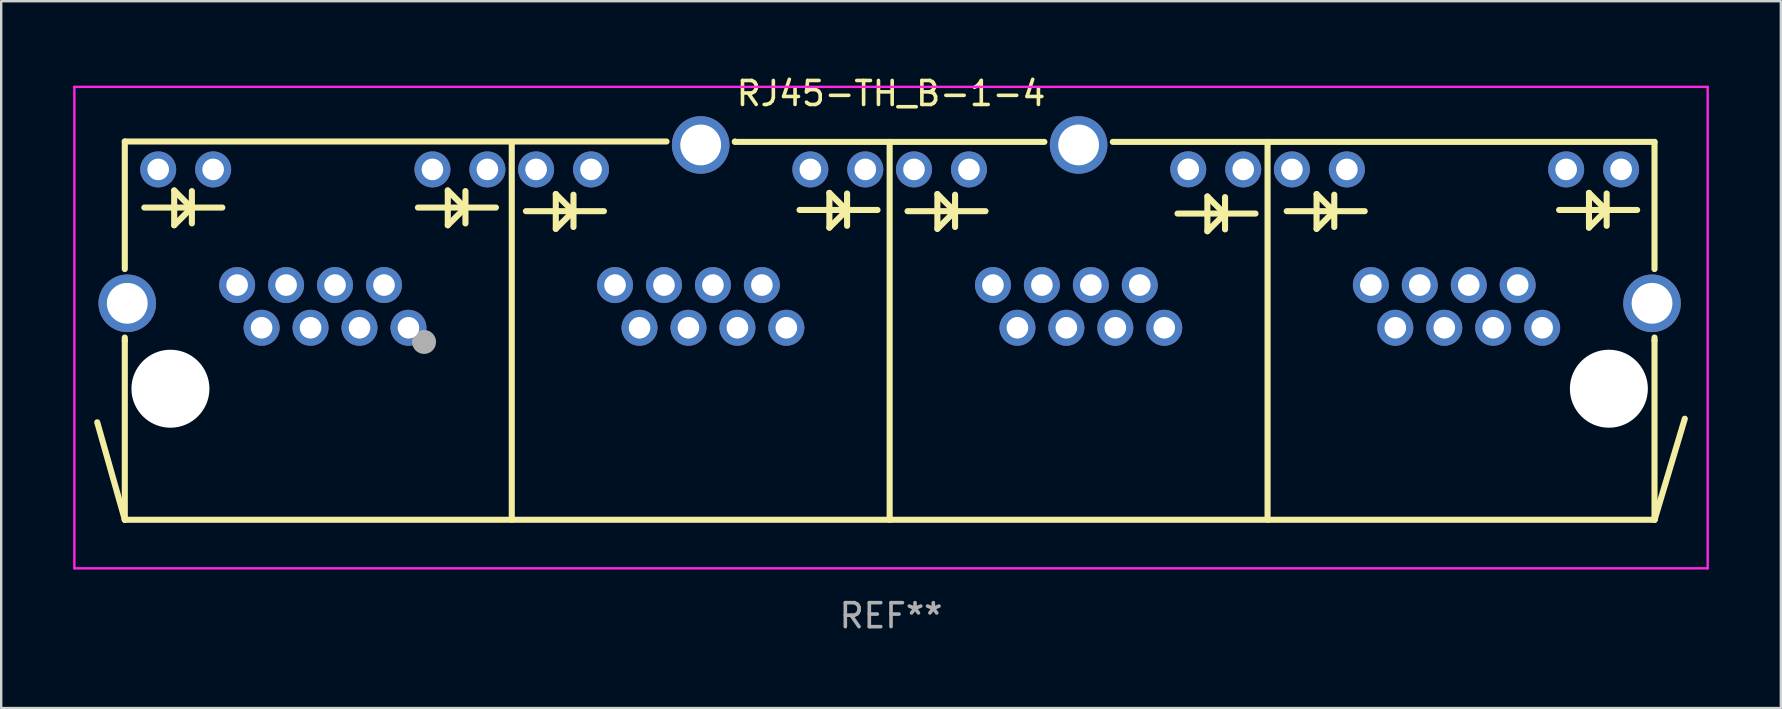
<source format=kicad_pcb>
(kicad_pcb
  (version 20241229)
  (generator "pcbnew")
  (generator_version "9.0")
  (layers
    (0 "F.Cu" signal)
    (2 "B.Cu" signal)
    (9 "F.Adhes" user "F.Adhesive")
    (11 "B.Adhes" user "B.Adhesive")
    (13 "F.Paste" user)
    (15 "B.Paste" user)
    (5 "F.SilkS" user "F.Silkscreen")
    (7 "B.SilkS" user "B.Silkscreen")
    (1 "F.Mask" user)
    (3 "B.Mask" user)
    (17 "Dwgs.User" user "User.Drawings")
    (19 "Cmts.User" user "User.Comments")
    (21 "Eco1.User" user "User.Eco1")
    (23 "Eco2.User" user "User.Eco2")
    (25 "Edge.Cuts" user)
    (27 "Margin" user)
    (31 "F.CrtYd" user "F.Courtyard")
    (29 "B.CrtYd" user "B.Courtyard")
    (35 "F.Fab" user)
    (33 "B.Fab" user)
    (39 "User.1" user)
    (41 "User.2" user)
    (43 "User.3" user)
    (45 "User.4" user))
  (footprint "RJ45-TH_B-1-4"
    (layer "F.Cu")
    (at 34.086 10.73)
    (property "Reference" "RJ45-TH_B-1-4" (at 0 -9.882 0) (layer "F.SilkS") (effects (font (size 1 1) (thickness 0.15))))
    (attr through_hole)
    (fp_line (start -31.935 -7.882) (end -9.357 -7.882) (stroke (width 0.254) (type solid)) (layer "F.SilkS"))
    (fp_line (start -31.935 -2.567) (end -31.935 -7.882) (stroke (width 0.254) (type solid)) (layer "F.SilkS"))
    (fp_line (start -31.935 0.418) (end -31.935 0.288) (stroke (width 0.254) (type solid)) (layer "F.SilkS"))
    (fp_line (start -31.935 7.871) (end -33.083 3.821) (stroke (width 0.254) (type solid)) (layer "F.SilkS"))
    (fp_line (start -31.935 7.882) (end -31.935 0.418) (stroke (width 0.254) (type solid)) (layer "F.SilkS"))
    (fp_line (start -31.935 7.882) (end -31.935 7.871) (stroke (width 0.254) (type solid)) (layer "F.SilkS"))
    (fp_line (start -31.121 -5.13) (end -27.869 -5.13) (stroke (width 0.254) (type solid)) (layer "F.SilkS"))
    (fp_line (start -29.876 -5.841) (end -29.876 -4.393) (stroke (width 0.254) (type solid)) (layer "F.SilkS"))
    (fp_line (start -29.876 -4.393) (end -29.19 -5.079) (stroke (width 0.254) (type solid)) (layer "F.SilkS"))
    (fp_line (start -29.19 -5.079) (end -29.165 -5.079) (stroke (width 0.254) (type solid)) (layer "F.SilkS"))
    (fp_line (start -29.165 -5.13) (end -29.876 -5.841) (stroke (width 0.254) (type solid)) (layer "F.SilkS"))
    (fp_line (start -29.139 -5.815) (end -29.139 -4.469) (stroke (width 0.254) (type solid)) (layer "F.SilkS"))
    (fp_line (start -19.718 -5.13) (end -16.467 -5.13) (stroke (width 0.254) (type solid)) (layer "F.SilkS"))
    (fp_line (start -18.473 -5.841) (end -18.473 -4.393) (stroke (width 0.254) (type solid)) (layer "F.SilkS"))
    (fp_line (start -18.473 -4.393) (end -17.787 -5.079) (stroke (width 0.254) (type solid)) (layer "F.SilkS"))
    (fp_line (start -17.787 -5.079) (end -17.762 -5.079) (stroke (width 0.254) (type solid)) (layer "F.SilkS"))
    (fp_line (start -17.762 -5.13) (end -18.473 -5.841) (stroke (width 0.254) (type solid)) (layer "F.SilkS"))
    (fp_line (start -17.737 -5.815) (end -17.737 -4.469) (stroke (width 0.254) (type solid)) (layer "F.SilkS"))
    (fp_line (start -15.807 -7.866) (end -15.807 7.882) (stroke (width 0.254) (type solid)) (layer "F.SilkS"))
    (fp_line (start -15.217 -4.979) (end -11.965 -4.979) (stroke (width 0.254) (type solid)) (layer "F.SilkS"))
    (fp_line (start -13.972 -5.691) (end -13.972 -4.243) (stroke (width 0.254) (type solid)) (layer "F.SilkS"))
    (fp_line (start -13.972 -4.243) (end -13.286 -4.929) (stroke (width 0.254) (type solid)) (layer "F.SilkS"))
    (fp_line (start -13.286 -4.929) (end -13.261 -4.929) (stroke (width 0.254) (type solid)) (layer "F.SilkS"))
    (fp_line (start -13.261 -4.979) (end -13.972 -5.691) (stroke (width 0.254) (type solid)) (layer "F.SilkS"))
    (fp_line (start -13.235 -5.665) (end -13.235 -4.319) (stroke (width 0.254) (type solid)) (layer "F.SilkS"))
    (fp_line (start -6.509 -7.882) (end -6.507 -7.882) (stroke (width 0.254) (type solid)) (layer "F.SilkS"))
    (fp_line (start -6.507 -7.866) (end 6.392 -7.866) (stroke (width 0.254) (type solid)) (layer "F.SilkS"))
    (fp_line (start -3.814 -5.029) (end -0.562 -5.029) (stroke (width 0.254) (type solid)) (layer "F.SilkS"))
    (fp_line (start -2.569 -5.741) (end -2.569 -4.293) (stroke (width 0.254) (type solid)) (layer "F.SilkS"))
    (fp_line (start -2.569 -4.293) (end -1.883 -4.979) (stroke (width 0.254) (type solid)) (layer "F.SilkS"))
    (fp_line (start -1.883 -4.979) (end -1.858 -4.979) (stroke (width 0.254) (type solid)) (layer "F.SilkS"))
    (fp_line (start -1.858 -5.029) (end -2.569 -5.741) (stroke (width 0.254) (type solid)) (layer "F.SilkS"))
    (fp_line (start -1.832 -5.715) (end -1.832 -4.369) (stroke (width 0.254) (type solid)) (layer "F.SilkS"))
    (fp_line (start -0.057 -7.866) (end -0.057 7.882) (stroke (width 0.254) (type solid)) (layer "F.SilkS"))
    (fp_line (start 0.687 -4.979) (end 3.939 -4.979) (stroke (width 0.254) (type solid)) (layer "F.SilkS"))
    (fp_line (start 1.932 -5.691) (end 1.932 -4.243) (stroke (width 0.254) (type solid)) (layer "F.SilkS"))
    (fp_line (start 1.932 -4.243) (end 2.618 -4.929) (stroke (width 0.254) (type solid)) (layer "F.SilkS"))
    (fp_line (start 2.618 -4.929) (end 2.643 -4.929) (stroke (width 0.254) (type solid)) (layer "F.SilkS"))
    (fp_line (start 2.643 -4.979) (end 1.932 -5.691) (stroke (width 0.254) (type solid)) (layer "F.SilkS"))
    (fp_line (start 2.669 -5.665) (end 2.669 -4.319) (stroke (width 0.254) (type solid)) (layer "F.SilkS"))
    (fp_line (start 9.243 -7.866) (end 31.82 -7.866) (stroke (width 0.254) (type solid)) (layer "F.SilkS"))
    (fp_line (start 11.94 -4.879) (end 15.191 -4.879) (stroke (width 0.254) (type solid)) (layer "F.SilkS"))
    (fp_line (start 13.185 -5.591) (end 13.185 -4.143) (stroke (width 0.254) (type solid)) (layer "F.SilkS"))
    (fp_line (start 13.185 -4.143) (end 13.871 -4.829) (stroke (width 0.254) (type solid)) (layer "F.SilkS"))
    (fp_line (start 13.871 -4.829) (end 13.896 -4.829) (stroke (width 0.254) (type solid)) (layer "F.SilkS"))
    (fp_line (start 13.896 -4.879) (end 13.185 -5.591) (stroke (width 0.254) (type solid)) (layer "F.SilkS"))
    (fp_line (start 13.921 -5.565) (end 13.921 -4.219) (stroke (width 0.254) (type solid)) (layer "F.SilkS"))
    (fp_line (start 15.693 -7.866) (end 15.693 7.882) (stroke (width 0.254) (type solid)) (layer "F.SilkS"))
    (fp_line (start 16.491 -4.979) (end 19.743 -4.979) (stroke (width 0.254) (type solid)) (layer "F.SilkS"))
    (fp_line (start 17.736 -5.691) (end 17.736 -4.243) (stroke (width 0.254) (type solid)) (layer "F.SilkS"))
    (fp_line (start 17.736 -4.243) (end 18.422 -4.929) (stroke (width 0.254) (type solid)) (layer "F.SilkS"))
    (fp_line (start 18.422 -4.929) (end 18.447 -4.929) (stroke (width 0.254) (type solid)) (layer "F.SilkS"))
    (fp_line (start 18.447 -4.979) (end 17.736 -5.691) (stroke (width 0.254) (type solid)) (layer "F.SilkS"))
    (fp_line (start 18.473 -5.665) (end 18.473 -4.319) (stroke (width 0.254) (type solid)) (layer "F.SilkS"))
    (fp_line (start 27.844 -5.029) (end 31.096 -5.029) (stroke (width 0.254) (type solid)) (layer "F.SilkS"))
    (fp_line (start 29.089 -5.741) (end 29.089 -4.293) (stroke (width 0.254) (type solid)) (layer "F.SilkS"))
    (fp_line (start 29.089 -4.293) (end 29.775 -4.979) (stroke (width 0.254) (type solid)) (layer "F.SilkS"))
    (fp_line (start 29.775 -4.979) (end 29.8 -4.979) (stroke (width 0.254) (type solid)) (layer "F.SilkS"))
    (fp_line (start 29.8 -5.029) (end 29.089 -5.741) (stroke (width 0.254) (type solid)) (layer "F.SilkS"))
    (fp_line (start 29.826 -5.715) (end 29.826 -4.369) (stroke (width 0.254) (type solid)) (layer "F.SilkS"))
    (fp_line (start 31.82 -7.866) (end 31.82 -2.567) (stroke (width 0.254) (type solid)) (layer "F.SilkS"))
    (fp_line (start 31.82 0.288) (end 31.82 0.418) (stroke (width 0.254) (type solid)) (layer "F.SilkS"))
    (fp_line (start 31.82 0.418) (end 31.82 7.882) (stroke (width 0.254) (type solid)) (layer "F.SilkS"))
    (fp_line (start 31.82 7.882) (end -31.935 7.882) (stroke (width 0.254) (type solid)) (layer "F.SilkS"))
    (fp_line (start 31.82 7.882) (end 31.823 7.882) (stroke (width 0.254) (type solid)) (layer "F.SilkS"))
    (fp_line (start 31.823 7.882) (end 33.083 3.671) (stroke (width 0.254) (type solid)) (layer "F.SilkS"))
    (fp_circle (center -31.933 7.881) (end -31.903 7.881) (stroke (width 0.06) (type solid)) (fill no) (layer "F.SilkS"))
    (fp_line (start -34.036 -10.16) (end 34.036 -10.16) (stroke (width 0.1) (type solid)) (layer "F.CrtYd"))
    (fp_line (start -34.036 9.906) (end -34.036 -10.16) (stroke (width 0.1) (type solid)) (layer "F.CrtYd"))
    (fp_line (start 34.036 -10.16) (end 34.036 9.906) (stroke (width 0.1) (type solid)) (layer "F.CrtYd"))
    (fp_line (start 34.036 9.906) (end -34.036 9.906) (stroke (width 0.1) (type solid)) (layer "F.CrtYd"))
    (fp_circle (center -19.462 0.472) (end -19.212 0.472) (stroke (width 0.5) (type solid)) (fill no) (layer "F.Fab"))
    (fp_text user "REF**" (at 0 11.882 0) (layer "F.Fab") (effects (font (size 1 1) (thickness 0.15))))
    (pad "" np_thru_hole circle (at -30.033 2.421) (size 3.25 3.25) (drill 3.25) (layers "*.Cu" "*.Mask"))
    (pad "" np_thru_hole circle (at 29.918 2.421) (size 3.25 3.25) (drill 3.25) (layers "*.Cu" "*.Mask"))
    (pad "0" thru_hole circle (at -31.832 -1.139) (size 2.4 2.4) (drill 1.7) (layers "*.Cu" "*.Mask"))
    (pad "0" thru_hole circle (at -7.933 -7.739) (size 2.4 2.4) (drill 1.7) (layers "*.Cu" "*.Mask"))
    (pad "0" thru_hole circle (at 7.818 -7.739) (size 2.4 2.4) (drill 1.7) (layers "*.Cu" "*.Mask"))
    (pad "0" thru_hole circle (at 31.717 -1.139) (size 2.4 2.4) (drill 1.7) (layers "*.Cu" "*.Mask"))
    (pad "1" thru_hole circle (at -20.113 -0.119) (size 1.5 1.5) (drill 0.9) (layers "*.Cu" "*.Mask"))
    (pad "2" thru_hole circle (at -21.132 -1.899) (size 1.5 1.5) (drill 0.9) (layers "*.Cu" "*.Mask"))
    (pad "3" thru_hole circle (at -22.153 -0.119) (size 1.5 1.5) (drill 0.9) (layers "*.Cu" "*.Mask"))
    (pad "3_8" thru_hole circle (at -11.503 -1.899) (size 1.5 1.5) (drill 0.9) (layers "*.Cu" "*.Mask"))
    (pad "4" thru_hole circle (at -23.173 -1.899) (size 1.5 1.5) (drill 0.9) (layers "*.Cu" "*.Mask"))
    (pad "5" thru_hole circle (at -24.193 -0.119) (size 1.5 1.5) (drill 0.9) (layers "*.Cu" "*.Mask"))
    (pad "6" thru_hole circle (at -25.212 -1.899) (size 1.5 1.5) (drill 0.9) (layers "*.Cu" "*.Mask"))
    (pad "7" thru_hole circle (at -26.233 -0.119) (size 1.5 1.5) (drill 0.9) (layers "*.Cu" "*.Mask"))
    (pad "8" thru_hole circle (at -27.253 -1.899) (size 1.5 1.5) (drill 0.9) (layers "*.Cu" "*.Mask"))
    (pad "9" thru_hole circle (at -16.823 -6.719) (size 1.5 1.5) (drill 0.9) (layers "*.Cu" "*.Mask"))
    (pad "10" thru_hole circle (at -19.113 -6.719) (size 1.5 1.5) (drill 0.9) (layers "*.Cu" "*.Mask"))
    (pad "11" thru_hole circle (at -28.253 -6.719) (size 1.5 1.5) (drill 0.9) (layers "*.Cu" "*.Mask"))
    (pad "12" thru_hole circle (at -30.543 -6.719) (size 1.5 1.5) (drill 0.9) (layers "*.Cu" "*.Mask"))
    (pad "13" thru_hole circle (at -4.363 -0.119) (size 1.5 1.5) (drill 0.9) (layers "*.Cu" "*.Mask"))
    (pad "14" thru_hole circle (at -5.383 -1.899) (size 1.5 1.5) (drill 0.9) (layers "*.Cu" "*.Mask"))
    (pad "15" thru_hole circle (at -6.402 -0.119) (size 1.5 1.5) (drill 0.9) (layers "*.Cu" "*.Mask"))
    (pad "16" thru_hole circle (at -7.423 -1.899) (size 1.5 1.5) (drill 0.9) (layers "*.Cu" "*.Mask"))
    (pad "17" thru_hole circle (at -8.443 -0.119) (size 1.5 1.5) (drill 0.9) (layers "*.Cu" "*.Mask"))
    (pad "18" thru_hole circle (at -9.463 -1.899) (size 1.5 1.5) (drill 0.9) (layers "*.Cu" "*.Mask"))
    (pad "19" thru_hole circle (at -10.482 -0.119) (size 1.5 1.5) (drill 0.9) (layers "*.Cu" "*.Mask"))
    (pad "21" thru_hole circle (at -1.073 -6.719) (size 1.5 1.5) (drill 0.9) (layers "*.Cu" "*.Mask"))
    (pad "22" thru_hole circle (at -3.363 -6.719) (size 1.5 1.5) (drill 0.9) (layers "*.Cu" "*.Mask"))
    (pad "23" thru_hole circle (at -12.503 -6.719) (size 1.5 1.5) (drill 0.9) (layers "*.Cu" "*.Mask"))
    (pad "24" thru_hole circle (at -14.793 -6.719) (size 1.5 1.5) (drill 0.9) (layers "*.Cu" "*.Mask"))
    (pad "25" thru_hole circle (at 11.387 -0.119) (size 1.5 1.5) (drill 0.9) (layers "*.Cu" "*.Mask"))
    (pad "26" thru_hole circle (at 10.367 -1.899) (size 1.5 1.5) (drill 0.9) (layers "*.Cu" "*.Mask"))
    (pad "27" thru_hole circle (at 9.348 -0.119) (size 1.5 1.5) (drill 0.9) (layers "*.Cu" "*.Mask"))
    (pad "28" thru_hole circle (at 8.328 -1.899) (size 1.5 1.5) (drill 0.9) (layers "*.Cu" "*.Mask"))
    (pad "29" thru_hole circle (at 7.307 -0.119) (size 1.5 1.5) (drill 0.9) (layers "*.Cu" "*.Mask"))
    (pad "30" thru_hole circle (at 6.287 -1.899) (size 1.5 1.5) (drill 0.9) (layers "*.Cu" "*.Mask"))
    (pad "31" thru_hole circle (at 5.268 -0.119) (size 1.5 1.5) (drill 0.9) (layers "*.Cu" "*.Mask"))
    (pad "32" thru_hole circle (at 4.248 -1.899) (size 1.5 1.5) (drill 0.9) (layers "*.Cu" "*.Mask"))
    (pad "33" thru_hole circle (at 14.678 -6.719) (size 1.5 1.5) (drill 0.9) (layers "*.Cu" "*.Mask"))
    (pad "34" thru_hole circle (at 12.387 -6.723) (size 1.5 1.5) (drill 0.9) (layers "*.Cu" "*.Mask"))
    (pad "35" thru_hole circle (at 3.248 -6.719) (size 1.5 1.5) (drill 0.9) (layers "*.Cu" "*.Mask"))
    (pad "36" thru_hole circle (at 0.957 -6.719) (size 1.5 1.5) (drill 0.9) (layers "*.Cu" "*.Mask"))
    (pad "37" thru_hole circle (at 27.138 -0.119) (size 1.5 1.5) (drill 0.9) (layers "*.Cu" "*.Mask"))
    (pad "38" thru_hole circle (at 26.117 -1.899) (size 1.5 1.5) (drill 0.9) (layers "*.Cu" "*.Mask"))
    (pad "39" thru_hole circle (at 25.097 -0.119) (size 1.5 1.5) (drill 0.9) (layers "*.Cu" "*.Mask"))
    (pad "40" thru_hole circle (at 24.078 -1.899) (size 1.5 1.5) (drill 0.9) (layers "*.Cu" "*.Mask"))
    (pad "41" thru_hole circle (at 23.058 -0.119) (size 1.5 1.5) (drill 0.9) (layers "*.Cu" "*.Mask"))
    (pad "42" thru_hole circle (at 22.037 -1.899) (size 1.5 1.5) (drill 0.9) (layers "*.Cu" "*.Mask"))
    (pad "43" thru_hole circle (at 21.017 -0.119) (size 1.5 1.5) (drill 0.9) (layers "*.Cu" "*.Mask"))
    (pad "44" thru_hole circle (at 19.998 -1.899) (size 1.5 1.5) (drill 0.9) (layers "*.Cu" "*.Mask"))
    (pad "45" thru_hole circle (at 30.428 -6.719) (size 1.5 1.5) (drill 0.9) (layers "*.Cu" "*.Mask"))
    (pad "46" thru_hole circle (at 28.138 -6.719) (size 1.5 1.5) (drill 0.9) (layers "*.Cu" "*.Mask"))
    (pad "47" thru_hole circle (at 18.998 -6.719) (size 1.5 1.5) (drill 0.9) (layers "*.Cu" "*.Mask"))
    (pad "48" thru_hole circle (at 16.708 -6.719) (size 1.5 1.5) (drill 0.9) (layers "*.Cu" "*.Mask")))
  (gr_rect
    (start -3 -3)
    (end 71.172 26.46)
    (stroke (width 0.1) (type default))
    (fill no)
    (layer "Edge.Cuts")))
</source>
